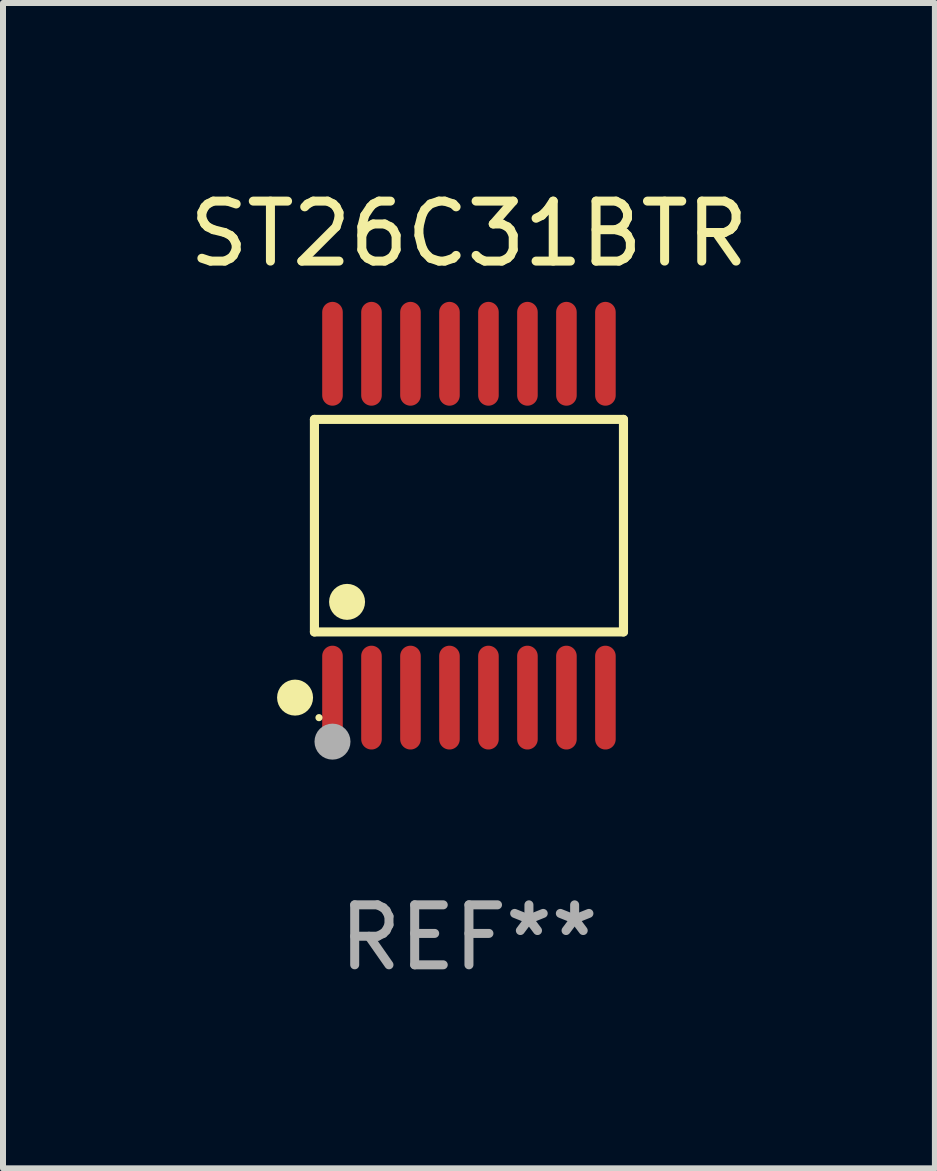
<source format=kicad_pcb>
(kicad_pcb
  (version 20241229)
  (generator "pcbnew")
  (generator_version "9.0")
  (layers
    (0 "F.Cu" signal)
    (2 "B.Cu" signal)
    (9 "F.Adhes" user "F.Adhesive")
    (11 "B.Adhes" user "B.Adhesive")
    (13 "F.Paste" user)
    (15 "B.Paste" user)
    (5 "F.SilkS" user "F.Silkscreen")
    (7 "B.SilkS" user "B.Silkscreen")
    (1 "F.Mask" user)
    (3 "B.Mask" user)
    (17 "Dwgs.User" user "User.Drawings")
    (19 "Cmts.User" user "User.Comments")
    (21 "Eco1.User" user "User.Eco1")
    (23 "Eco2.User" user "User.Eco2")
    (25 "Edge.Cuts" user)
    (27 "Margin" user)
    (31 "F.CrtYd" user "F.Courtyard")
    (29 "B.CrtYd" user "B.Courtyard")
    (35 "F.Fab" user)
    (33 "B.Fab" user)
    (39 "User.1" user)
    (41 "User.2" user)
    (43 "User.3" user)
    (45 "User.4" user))
  (footprint "ST26C31BTR"
    (layer "F.Cu")
    (at 4.768 5.714)
    (property "Reference" "ST26C31BTR" (at 0 -4.866 0) (layer "F.SilkS") (effects (font (size 1 1) (thickness 0.15))))
    (attr through_hole)
    (fp_line (start -2.576 -1.772) (end 2.576 -1.772) (stroke (width 0.152) (type solid)) (layer "F.SilkS"))
    (fp_line (start -2.576 1.771) (end -2.576 -1.772) (stroke (width 0.152) (type solid)) (layer "F.SilkS"))
    (fp_line (start 2.576 -1.772) (end 2.576 1.771) (stroke (width 0.152) (type solid)) (layer "F.SilkS"))
    (fp_line (start 2.576 1.771) (end -2.576 1.771) (stroke (width 0.152) (type solid)) (layer "F.SilkS"))
    (fp_circle (center -2.899 2.866) (end -2.749 2.866) (stroke (width 0.3) (type solid)) (fill no) (layer "F.SilkS"))
    (fp_circle (center -2.5 3.2) (end -2.47 3.2) (stroke (width 0.06) (type solid)) (fill no) (layer "F.SilkS"))
    (fp_circle (center -2.032 1.27) (end -1.882 1.27) (stroke (width 0.3) (type solid)) (fill no) (layer "F.SilkS"))
    (fp_circle (center -2.275 3.6) (end -2.125 3.6) (stroke (width 0.3) (type solid)) (fill no) (layer "F.Fab"))
    (fp_text user "REF**" (at 0 6.866 0) (layer "F.Fab") (effects (font (size 1 1) (thickness 0.15))))
    (pad "1" smd oval (at -2.275 2.866) (size 0.343 1.731) (layers "F.Cu" "F.Mask" "F.Paste"))
    (pad "2" smd oval (at -1.625 2.866) (size 0.343 1.731) (layers "F.Cu" "F.Mask" "F.Paste"))
    (pad "3" smd oval (at -0.975 2.866) (size 0.343 1.731) (layers "F.Cu" "F.Mask" "F.Paste"))
    (pad "4" smd oval (at -0.325 2.866) (size 0.343 1.731) (layers "F.Cu" "F.Mask" "F.Paste"))
    (pad "5" smd oval (at 0.325 2.866) (size 0.343 1.731) (layers "F.Cu" "F.Mask" "F.Paste"))
    (pad "6" smd oval (at 0.975 2.866) (size 0.343 1.731) (layers "F.Cu" "F.Mask" "F.Paste"))
    (pad "7" smd oval (at 1.625 2.866) (size 0.343 1.731) (layers "F.Cu" "F.Mask" "F.Paste"))
    (pad "8" smd oval (at 2.275 2.866) (size 0.343 1.731) (layers "F.Cu" "F.Mask" "F.Paste"))
    (pad "9" smd oval (at 2.275 -2.866) (size 0.343 1.731) (layers "F.Cu" "F.Mask" "F.Paste"))
    (pad "10" smd oval (at 1.625 -2.866) (size 0.343 1.731) (layers "F.Cu" "F.Mask" "F.Paste"))
    (pad "11" smd oval (at 0.975 -2.866) (size 0.343 1.731) (layers "F.Cu" "F.Mask" "F.Paste"))
    (pad "12" smd oval (at 0.325 -2.866) (size 0.343 1.731) (layers "F.Cu" "F.Mask" "F.Paste"))
    (pad "13" smd oval (at -0.325 -2.866) (size 0.343 1.731) (layers "F.Cu" "F.Mask" "F.Paste"))
    (pad "14" smd oval (at -0.975 -2.866) (size 0.343 1.731) (layers "F.Cu" "F.Mask" "F.Paste"))
    (pad "15" smd oval (at -1.625 -2.866) (size 0.343 1.731) (layers "F.Cu" "F.Mask" "F.Paste"))
    (pad "16" smd oval (at -2.275 -2.866) (size 0.343 1.731) (layers "F.Cu" "F.Mask" "F.Paste")))
  (gr_rect
    (start -3 -3)
    (end 12.536 16.428)
    (stroke (width 0.1) (type default))
    (fill no)
    (layer "Edge.Cuts")))
</source>
